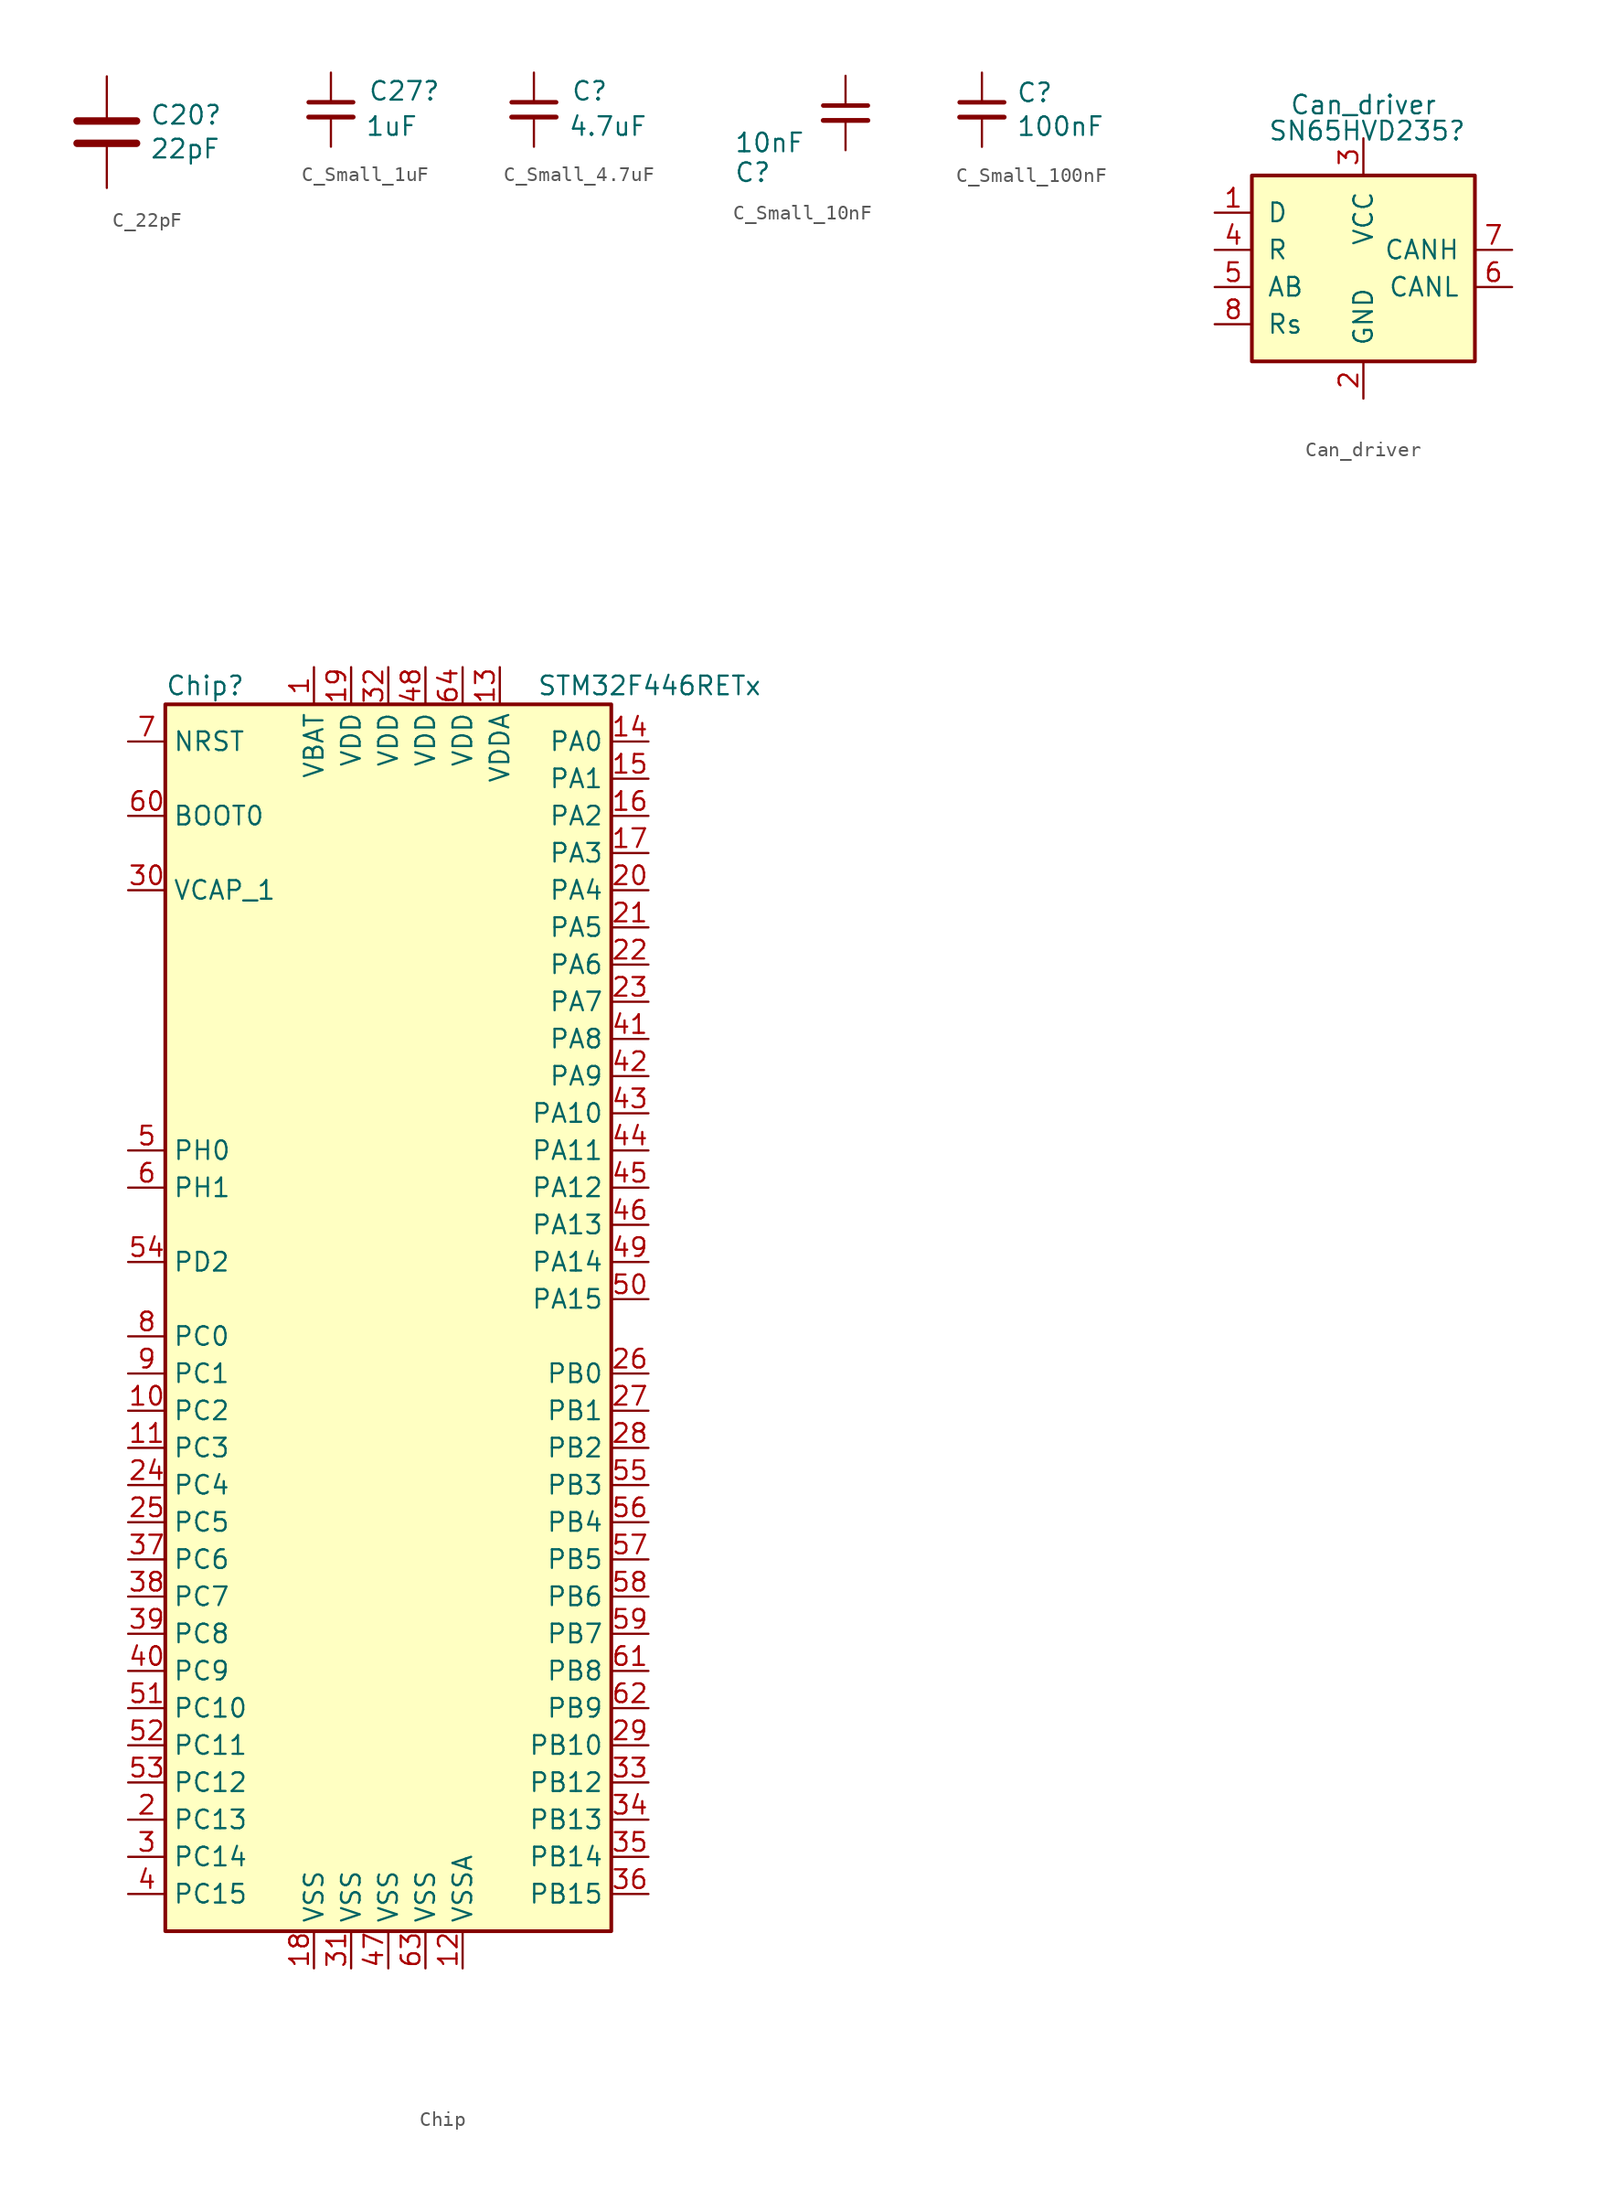
<source format=kicad_sym>
(kicad_symbol_lib
  (version 20231120)
  (generator "kicad_symbol_editor")
  (generator_version "8.0")
  (symbol "C_22pF"
    (pin_numbers hide)
    (pin_names
      (offset 0.254))
    (property "Reference" "C20"
      (at 2.921 1.168 0)
      (effects (font (size 1.27 1.27)) (justify left)))
    (property "Value" "22pF"
      (at 2.921 -1.143 0)
      (effects (font (size 1.27 1.27)) (justify left)))
    (symbol "C_22pF_0_1"
      (polyline (pts (xy -2.032 -0.762) (xy 2.032 -0.762)) (stroke (width 0.508) (type default)) (fill (type none)))
      (polyline (pts (xy -2.032 0.762) (xy 2.032 0.762)) (stroke (width 0.508) (type default)) (fill (type none))))
    (symbol "C_22pF_1_1"
      (pin passive line (at 0 3.81 270) (length 2.794) (name "~" (effects (font (size 1.27 1.27)))) (number "1" (effects (font (size 1.27 1.27)))))
      (pin passive line (at 0 -3.81 90) (length 2.794) (name "~" (effects (font (size 1.27 1.27)))) (number "2" (effects (font (size 1.27 1.27)))))))
  (symbol "C_Small_1uF"
    (pin_numbers hide)
    (pin_names
      (offset 0.254) hide)
    (property "Reference" "C27"
      (at 2.54 1.27 0)
      (effects (font (size 1.27 1.27)) (justify left)))
    (property "Value" "1uF"
      (at 2.337 -1.143 0)
      (effects (font (size 1.27 1.27)) (justify left)))
    (symbol "C_Small_1uF_0_1"
      (polyline (pts (xy -1.524 -0.508) (xy 1.524 -0.508)) (stroke (width 0.33) (type default)) (fill (type none)))
      (polyline (pts (xy -1.524 0.508) (xy 1.524 0.508)) (stroke (width 0.305) (type default)) (fill (type none))))
    (symbol "C_Small_1uF_1_1"
      (pin passive line (at 0 2.54 270) (length 2.032) (name "~" (effects (font (size 1.27 1.27)))) (number "1" (effects (font (size 1.27 1.27)))))
      (pin passive line (at 0 -2.54 90) (length 2.032) (name "~" (effects (font (size 1.27 1.27)))) (number "2" (effects (font (size 1.27 1.27)))))))
  (symbol "C_Small_4.7uF"
    (pin_numbers hide)
    (pin_names
      (offset 0.254) hide)
    (property "Reference" "C"
      (at 2.54 1.27 0)
      (effects (font (size 1.27 1.27)) (justify left)))
    (property "Value" "4.7uF"
      (at 2.337 -1.143 0)
      (effects (font (size 1.27 1.27)) (justify left)))
    (symbol "C_Small_4.7uF_0_1"
      (polyline (pts (xy -1.524 -0.508) (xy 1.524 -0.508)) (stroke (width 0.33) (type default)) (fill (type none)))
      (polyline (pts (xy -1.524 0.508) (xy 1.524 0.508)) (stroke (width 0.305) (type default)) (fill (type none))))
    (symbol "C_Small_4.7uF_1_1"
      (pin passive line (at 0 2.54 270) (length 2.032) (name "~" (effects (font (size 1.27 1.27)))) (number "1" (effects (font (size 1.27 1.27)))))
      (pin passive line (at 0 -2.54 90) (length 2.032) (name "~" (effects (font (size 1.27 1.27)))) (number "2" (effects (font (size 1.27 1.27)))))))
  (symbol "C_Small_10nF"
    (pin_numbers hide)
    (pin_names
      (offset 0.254) hide)
    (property "Reference" "C"
      (at -7.62 -4.064 0)
      (effects (font (size 1.27 1.27)) (justify left)))
    (property "Value" "10nF"
      (at -7.62 -2.032 0)
      (effects (font (size 1.27 1.27)) (justify left)))
    (symbol "C_Small_10nF_0_1"
      (polyline (pts (xy -1.524 -0.508) (xy 1.524 -0.508)) (stroke (width 0.33) (type default)) (fill (type none)))
      (polyline (pts (xy -1.524 0.508) (xy 1.524 0.508)) (stroke (width 0.305) (type default)) (fill (type none))))
    (symbol "C_Small_10nF_1_1"
      (pin passive line (at 0 2.54 270) (length 2.032) (name "~" (effects (font (size 1.27 1.27)))) (number "1" (effects (font (size 1.27 1.27)))))
      (pin passive line (at 0 -2.54 90) (length 2.032) (name "~" (effects (font (size 1.27 1.27)))) (number "2" (effects (font (size 1.27 1.27)))))))
  (symbol "C_Small_100nF"
    (pin_numbers hide)
    (pin_names
      (offset 0.254) hide)
    (property "Reference" "C"
      (at 2.337 1.168 0)
      (effects (font (size 1.27 1.27)) (justify left)))
    (property "Value" "100nF"
      (at 2.337 -1.143 0)
      (effects (font (size 1.27 1.27)) (justify left)))
    (symbol "C_Small_100nF_0_1"
      (polyline (pts (xy -1.524 -0.508) (xy 1.524 -0.508)) (stroke (width 0.33) (type default)) (fill (type none)))
      (polyline (pts (xy -1.524 0.508) (xy 1.524 0.508)) (stroke (width 0.305) (type default)) (fill (type none))))
    (symbol "C_Small_100nF_1_1"
      (pin passive line (at 0 2.54 270) (length 2.032) (name "~" (effects (font (size 1.27 1.27)))) (number "1" (effects (font (size 1.27 1.27)))))
      (pin passive line (at 0 -2.54 90) (length 2.032) (name "~" (effects (font (size 1.27 1.27)))) (number "2" (effects (font (size 1.27 1.27)))))))
  (symbol "Can_driver"
    (pin_names
      (offset 1.016))
    (property "Reference" "SN65HVD235"
      (at 0.254 8.128 0)
      (effects (font (size 1.27 1.27))))
    (property "Value" "Can_driver"
      (at 0 9.906 0)
      (effects (font (size 1.27 1.27))))
    (symbol "Can_driver_0_1"
      (rectangle (start -7.62 5.08) (end 7.62 -7.62) (stroke (width 0.254) (type default)) (fill (type background))))
    (symbol "Can_driver_1_1"
      (pin input line (at -10.16 2.54 0) (length 2.54) (name "D" (effects (font (size 1.27 1.27)))) (number "1" (effects (font (size 1.27 1.27)))))
      (pin power_in line (at 0 -10.16 90) (length 2.54) (name "GND" (effects (font (size 1.27 1.27)))) (number "2" (effects (font (size 1.27 1.27)))))
      (pin power_in line (at 0 7.62 270) (length 2.54) (name "VCC" (effects (font (size 1.27 1.27)))) (number "3" (effects (font (size 1.27 1.27)))))
      (pin output line (at -10.16 0 0) (length 2.54) (name "R" (effects (font (size 1.27 1.27)))) (number "4" (effects (font (size 1.27 1.27)))))
      (pin input line (at -10.16 -2.54 0) (length 2.54) (name "AB" (effects (font (size 1.27 1.27)))) (number "5" (effects (font (size 1.27 1.27)))))
      (pin bidirectional line (at 10.16 -2.54 180) (length 2.54) (name "CANL" (effects (font (size 1.27 1.27)))) (number "6" (effects (font (size 1.27 1.27)))))
      (pin bidirectional line (at 10.16 0 180) (length 2.54) (name "CANH" (effects (font (size 1.27 1.27)))) (number "7" (effects (font (size 1.27 1.27)))))
      (pin input line (at -10.16 -5.08 0) (length 2.54) (name "Rs" (effects (font (size 1.27 1.27)))) (number "8" (effects (font (size 1.27 1.27)))))))
  (symbol "Chip"
    (property "Reference" "Chip"
      (at -15.24 41.91 0)
      (effects (font (size 1.27 1.27)) (justify left)))
    (property "Value" "STM32F446RETx"
      (at 10.16 41.91 0)
      (effects (font (size 1.27 1.27)) (justify left)))
    (symbol "Chip_0_1"
      (rectangle (start -15.24 -43.18) (end 15.24 40.64) (stroke (width 0.254) (type solid)) (fill (type background))))
    (symbol "Chip_1_1"
      (pin power_in line (at -5.08 43.18 270) (length 2.54) (name "VBAT" (effects (font (size 1.27 1.27)))) (number "1" (effects (font (size 1.27 1.27)))))
      (pin bidirectional line (at -17.78 -7.62 0) (length 2.54) (name "PC2" (effects (font (size 1.27 1.27)))) (number "10" (effects (font (size 1.27 1.27)))))
      (pin bidirectional line (at -17.78 -10.16 0) (length 2.54) (name "PC3" (effects (font (size 1.27 1.27)))) (number "11" (effects (font (size 1.27 1.27)))))
      (pin power_in line (at 5.08 -45.72 90) (length 2.54) (name "VSSA" (effects (font (size 1.27 1.27)))) (number "12" (effects (font (size 1.27 1.27)))))
      (pin power_in line (at 7.62 43.18 270) (length 2.54) (name "VDDA" (effects (font (size 1.27 1.27)))) (number "13" (effects (font (size 1.27 1.27)))))
      (pin bidirectional line (at 17.78 38.1 180) (length 2.54) (name "PA0" (effects (font (size 1.27 1.27)))) (number "14" (effects (font (size 1.27 1.27)))))
      (pin bidirectional line (at 17.78 35.56 180) (length 2.54) (name "PA1" (effects (font (size 1.27 1.27)))) (number "15" (effects (font (size 1.27 1.27)))))
      (pin bidirectional line (at 17.78 33.02 180) (length 2.54) (name "PA2" (effects (font (size 1.27 1.27)))) (number "16" (effects (font (size 1.27 1.27)))))
      (pin bidirectional line (at 17.78 30.48 180) (length 2.54) (name "PA3" (effects (font (size 1.27 1.27)))) (number "17" (effects (font (size 1.27 1.27)))))
      (pin power_in line (at -5.08 -45.72 90) (length 2.54) (name "VSS" (effects (font (size 1.27 1.27)))) (number "18" (effects (font (size 1.27 1.27)))))
      (pin power_in line (at -2.54 43.18 270) (length 2.54) (name "VDD" (effects (font (size 1.27 1.27)))) (number "19" (effects (font (size 1.27 1.27)))))
      (pin bidirectional line (at -17.78 -35.56 0) (length 2.54) (name "PC13" (effects (font (size 1.27 1.27)))) (number "2" (effects (font (size 1.27 1.27)))))
      (pin bidirectional line (at 17.78 27.94 180) (length 2.54) (name "PA4" (effects (font (size 1.27 1.27)))) (number "20" (effects (font (size 1.27 1.27)))))
      (pin bidirectional line (at 17.78 25.4 180) (length 2.54) (name "PA5" (effects (font (size 1.27 1.27)))) (number "21" (effects (font (size 1.27 1.27)))))
      (pin bidirectional line (at 17.78 22.86 180) (length 2.54) (name "PA6" (effects (font (size 1.27 1.27)))) (number "22" (effects (font (size 1.27 1.27)))))
      (pin bidirectional line (at 17.78 20.32 180) (length 2.54) (name "PA7" (effects (font (size 1.27 1.27)))) (number "23" (effects (font (size 1.27 1.27)))))
      (pin bidirectional line (at -17.78 -12.7 0) (length 2.54) (name "PC4" (effects (font (size 1.27 1.27)))) (number "24" (effects (font (size 1.27 1.27)))))
      (pin bidirectional line (at -17.78 -15.24 0) (length 2.54) (name "PC5" (effects (font (size 1.27 1.27)))) (number "25" (effects (font (size 1.27 1.27)))))
      (pin bidirectional line (at 17.78 -5.08 180) (length 2.54) (name "PB0" (effects (font (size 1.27 1.27)))) (number "26" (effects (font (size 1.27 1.27)))))
      (pin bidirectional line (at 17.78 -7.62 180) (length 2.54) (name "PB1" (effects (font (size 1.27 1.27)))) (number "27" (effects (font (size 1.27 1.27)))))
      (pin bidirectional line (at 17.78 -10.16 180) (length 2.54) (name "PB2" (effects (font (size 1.27 1.27)))) (number "28" (effects (font (size 1.27 1.27)))))
      (pin bidirectional line (at 17.78 -30.48 180) (length 2.54) (name "PB10" (effects (font (size 1.27 1.27)))) (number "29" (effects (font (size 1.27 1.27)))))
      (pin bidirectional line (at -17.78 -38.1 0) (length 2.54) (name "PC14" (effects (font (size 1.27 1.27)))) (number "3" (effects (font (size 1.27 1.27)))))
      (pin power_in line (at -17.78 27.94 0) (length 2.54) (name "VCAP_1" (effects (font (size 1.27 1.27)))) (number "30" (effects (font (size 1.27 1.27)))))
      (pin power_in line (at -2.54 -45.72 90) (length 2.54) (name "VSS" (effects (font (size 1.27 1.27)))) (number "31" (effects (font (size 1.27 1.27)))))
      (pin power_in line (at 0 43.18 270) (length 2.54) (name "VDD" (effects (font (size 1.27 1.27)))) (number "32" (effects (font (size 1.27 1.27)))))
      (pin bidirectional line (at 17.78 -33.02 180) (length 2.54) (name "PB12" (effects (font (size 1.27 1.27)))) (number "33" (effects (font (size 1.27 1.27)))))
      (pin bidirectional line (at 17.78 -35.56 180) (length 2.54) (name "PB13" (effects (font (size 1.27 1.27)))) (number "34" (effects (font (size 1.27 1.27)))))
      (pin bidirectional line (at 17.78 -38.1 180) (length 2.54) (name "PB14" (effects (font (size 1.27 1.27)))) (number "35" (effects (font (size 1.27 1.27)))))
      (pin bidirectional line (at 17.78 -40.64 180) (length 2.54) (name "PB15" (effects (font (size 1.27 1.27)))) (number "36" (effects (font (size 1.27 1.27)))))
      (pin bidirectional line (at -17.78 -17.78 0) (length 2.54) (name "PC6" (effects (font (size 1.27 1.27)))) (number "37" (effects (font (size 1.27 1.27)))))
      (pin bidirectional line (at -17.78 -20.32 0) (length 2.54) (name "PC7" (effects (font (size 1.27 1.27)))) (number "38" (effects (font (size 1.27 1.27)))))
      (pin bidirectional line (at -17.78 -22.86 0) (length 2.54) (name "PC8" (effects (font (size 1.27 1.27)))) (number "39" (effects (font (size 1.27 1.27)))))
      (pin bidirectional line (at -17.78 -40.64 0) (length 2.54) (name "PC15" (effects (font (size 1.27 1.27)))) (number "4" (effects (font (size 1.27 1.27)))))
      (pin bidirectional line (at -17.78 -25.4 0) (length 2.54) (name "PC9" (effects (font (size 1.27 1.27)))) (number "40" (effects (font (size 1.27 1.27)))))
      (pin bidirectional line (at 17.78 17.78 180) (length 2.54) (name "PA8" (effects (font (size 1.27 1.27)))) (number "41" (effects (font (size 1.27 1.27)))))
      (pin bidirectional line (at 17.78 15.24 180) (length 2.54) (name "PA9" (effects (font (size 1.27 1.27)))) (number "42" (effects (font (size 1.27 1.27)))))
      (pin bidirectional line (at 17.78 12.7 180) (length 2.54) (name "PA10" (effects (font (size 1.27 1.27)))) (number "43" (effects (font (size 1.27 1.27)))))
      (pin bidirectional line (at 17.78 10.16 180) (length 2.54) (name "PA11" (effects (font (size 1.27 1.27)))) (number "44" (effects (font (size 1.27 1.27)))))
      (pin bidirectional line (at 17.78 7.62 180) (length 2.54) (name "PA12" (effects (font (size 1.27 1.27)))) (number "45" (effects (font (size 1.27 1.27)))))
      (pin bidirectional line (at 17.78 5.08 180) (length 2.54) (name "PA13" (effects (font (size 1.27 1.27)))) (number "46" (effects (font (size 1.27 1.27)))))
      (pin power_in line (at 0 -45.72 90) (length 2.54) (name "VSS" (effects (font (size 1.27 1.27)))) (number "47" (effects (font (size 1.27 1.27)))))
      (pin power_in line (at 2.54 43.18 270) (length 2.54) (name "VDD" (effects (font (size 1.27 1.27)))) (number "48" (effects (font (size 1.27 1.27)))))
      (pin bidirectional line (at 17.78 2.54 180) (length 2.54) (name "PA14" (effects (font (size 1.27 1.27)))) (number "49" (effects (font (size 1.27 1.27)))))
      (pin input line (at -17.78 10.16 0) (length 2.54) (name "PH0" (effects (font (size 1.27 1.27)))) (number "5" (effects (font (size 1.27 1.27)))))
      (pin bidirectional line (at 17.78 0 180) (length 2.54) (name "PA15" (effects (font (size 1.27 1.27)))) (number "50" (effects (font (size 1.27 1.27)))))
      (pin bidirectional line (at -17.78 -27.94 0) (length 2.54) (name "PC10" (effects (font (size 1.27 1.27)))) (number "51" (effects (font (size 1.27 1.27)))))
      (pin bidirectional line (at -17.78 -30.48 0) (length 2.54) (name "PC11" (effects (font (size 1.27 1.27)))) (number "52" (effects (font (size 1.27 1.27)))))
      (pin bidirectional line (at -17.78 -33.02 0) (length 2.54) (name "PC12" (effects (font (size 1.27 1.27)))) (number "53" (effects (font (size 1.27 1.27)))))
      (pin bidirectional line (at -17.78 2.54 0) (length 2.54) (name "PD2" (effects (font (size 1.27 1.27)))) (number "54" (effects (font (size 1.27 1.27)))))
      (pin bidirectional line (at 17.78 -12.7 180) (length 2.54) (name "PB3" (effects (font (size 1.27 1.27)))) (number "55" (effects (font (size 1.27 1.27)))))
      (pin bidirectional line (at 17.78 -15.24 180) (length 2.54) (name "PB4" (effects (font (size 1.27 1.27)))) (number "56" (effects (font (size 1.27 1.27)))))
      (pin bidirectional line (at 17.78 -17.78 180) (length 2.54) (name "PB5" (effects (font (size 1.27 1.27)))) (number "57" (effects (font (size 1.27 1.27)))))
      (pin bidirectional line (at 17.78 -20.32 180) (length 2.54) (name "PB6" (effects (font (size 1.27 1.27)))) (number "58" (effects (font (size 1.27 1.27)))))
      (pin bidirectional line (at 17.78 -22.86 180) (length 2.54) (name "PB7" (effects (font (size 1.27 1.27)))) (number "59" (effects (font (size 1.27 1.27)))))
      (pin input line (at -17.78 7.62 0) (length 2.54) (name "PH1" (effects (font (size 1.27 1.27)))) (number "6" (effects (font (size 1.27 1.27)))))
      (pin input line (at -17.78 33.02 0) (length 2.54) (name "BOOT0" (effects (font (size 1.27 1.27)))) (number "60" (effects (font (size 1.27 1.27)))))
      (pin bidirectional line (at 17.78 -25.4 180) (length 2.54) (name "PB8" (effects (font (size 1.27 1.27)))) (number "61" (effects (font (size 1.27 1.27)))))
      (pin bidirectional line (at 17.78 -27.94 180) (length 2.54) (name "PB9" (effects (font (size 1.27 1.27)))) (number "62" (effects (font (size 1.27 1.27)))))
      (pin power_in line (at 2.54 -45.72 90) (length 2.54) (name "VSS" (effects (font (size 1.27 1.27)))) (number "63" (effects (font (size 1.27 1.27)))))
      (pin power_in line (at 5.08 43.18 270) (length 2.54) (name "VDD" (effects (font (size 1.27 1.27)))) (number "64" (effects (font (size 1.27 1.27)))))
      (pin input line (at -17.78 38.1 0) (length 2.54) (name "NRST" (effects (font (size 1.27 1.27)))) (number "7" (effects (font (size 1.27 1.27)))))
      (pin bidirectional line (at -17.78 -2.54 0) (length 2.54) (name "PC0" (effects (font (size 1.27 1.27)))) (number "8" (effects (font (size 1.27 1.27)))))
      (pin bidirectional line (at -17.78 -5.08 0) (length 2.54) (name "PC1" (effects (font (size 1.27 1.27)))) (number "9" (effects (font (size 1.27 1.27))))))))
</source>
